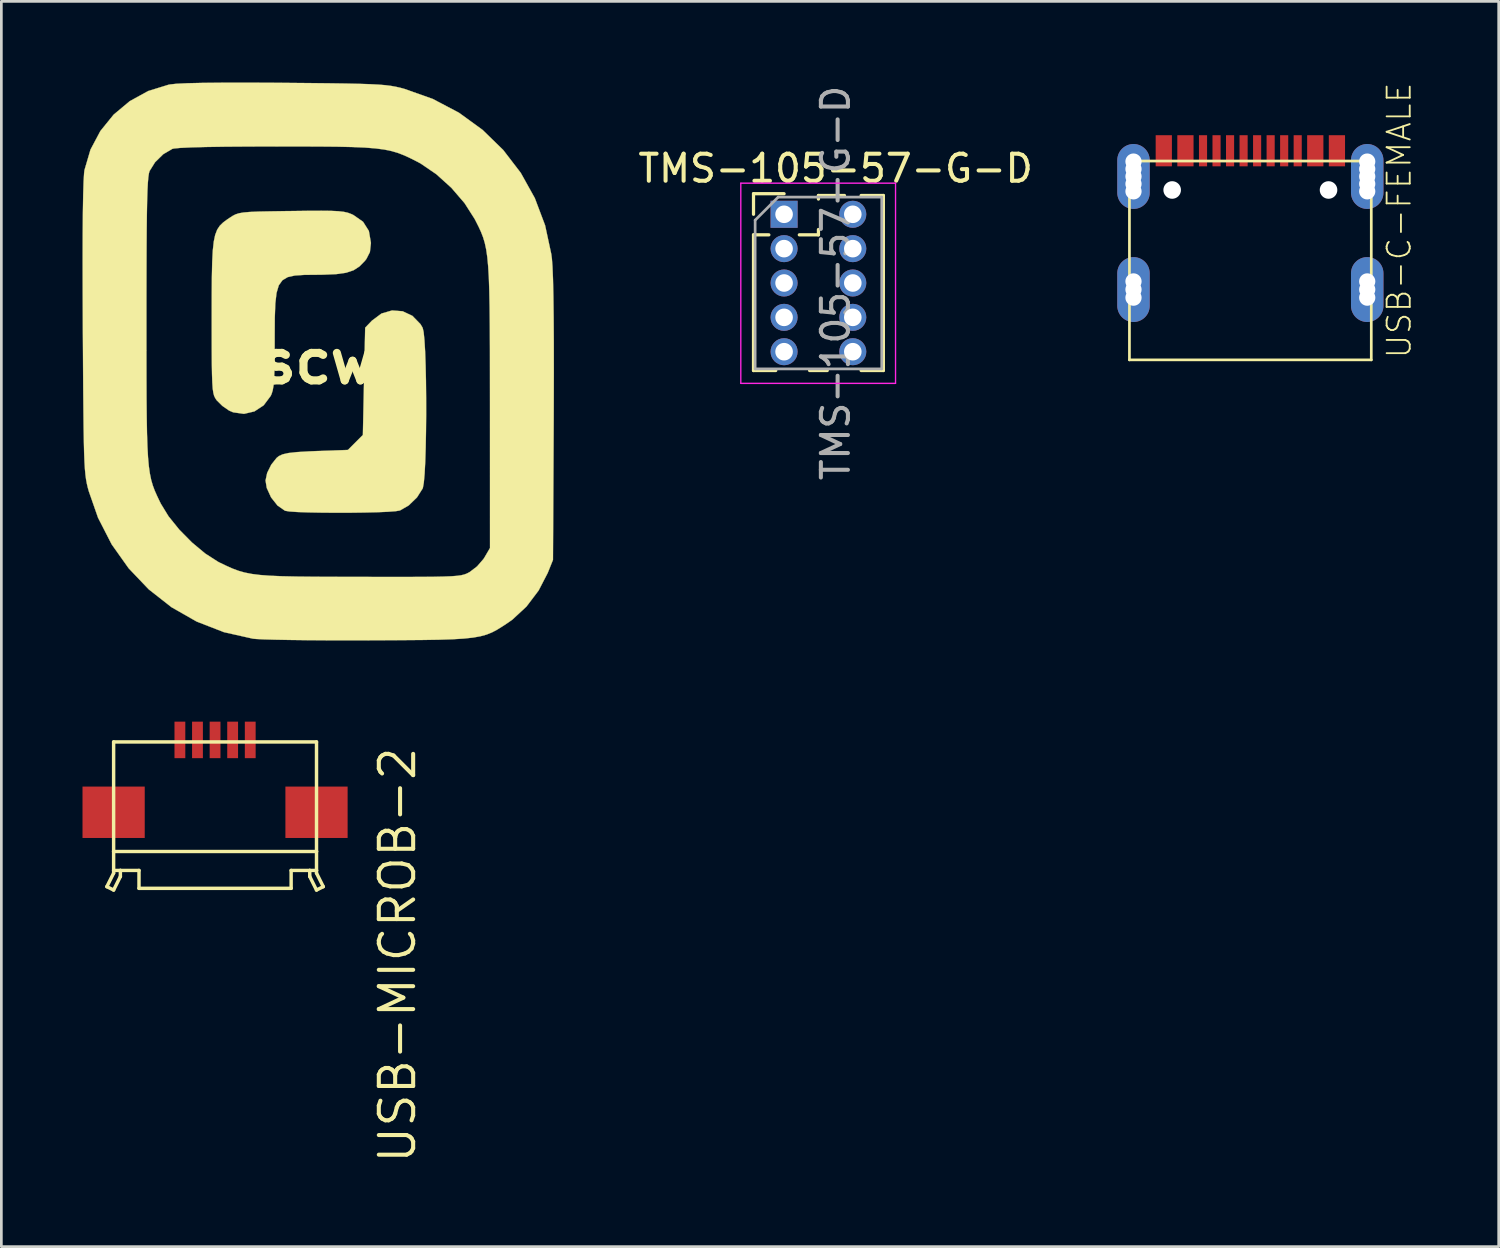
<source format=kicad_pcb>
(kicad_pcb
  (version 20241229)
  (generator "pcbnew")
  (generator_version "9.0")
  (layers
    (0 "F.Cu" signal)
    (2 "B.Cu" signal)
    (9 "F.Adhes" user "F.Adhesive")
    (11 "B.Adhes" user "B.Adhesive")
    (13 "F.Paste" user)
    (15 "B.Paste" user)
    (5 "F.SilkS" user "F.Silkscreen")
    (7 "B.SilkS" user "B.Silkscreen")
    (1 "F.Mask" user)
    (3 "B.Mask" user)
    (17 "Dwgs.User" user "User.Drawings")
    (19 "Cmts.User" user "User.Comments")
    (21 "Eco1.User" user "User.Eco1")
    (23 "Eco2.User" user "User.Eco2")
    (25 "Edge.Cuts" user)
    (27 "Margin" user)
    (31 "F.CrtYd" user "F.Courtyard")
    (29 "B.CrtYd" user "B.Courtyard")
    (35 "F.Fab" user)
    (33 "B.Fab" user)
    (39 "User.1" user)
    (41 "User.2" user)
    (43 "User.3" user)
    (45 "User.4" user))
  (footprint "TMS-105-57-G-D"
    (layer "F.Cu")
    (at 27.204 7.411)
    (property "Reference" "TMS-105-57-G-D" (at 0.635 -4.235 0) (layer "F.SilkS") (effects (font (size 1 1) (thickness 0.15))))
    (attr through_hole)
    (fp_line (start -2.4 -3.3) (end -1.27 -3.3) (stroke (width 0.12) (type solid)) (layer "F.SilkS"))
    (fp_line (start -2.4 -2.54) (end -2.4 -3.3) (stroke (width 0.12) (type solid)) (layer "F.SilkS"))
    (fp_line (start -2.4 -1.78) (end -2.4 3.235) (stroke (width 0.12) (type solid)) (layer "F.SilkS"))
    (fp_line (start -2.4 -1.78) (end -1.833 -1.78) (stroke (width 0.12) (type solid)) (layer "F.SilkS"))
    (fp_line (start -2.4 3.235) (end -1.578 3.235) (stroke (width 0.12) (type solid)) (layer "F.SilkS"))
    (fp_line (start -0.707 -1.78) (end 0 -1.78) (stroke (width 0.12) (type solid)) (layer "F.SilkS"))
    (fp_line (start -0.327 3.235) (end 0.327 3.235) (stroke (width 0.12) (type solid)) (layer "F.SilkS"))
    (fp_line (start 0 -3.235) (end 0.962 -3.235) (stroke (width 0.12) (type solid)) (layer "F.SilkS"))
    (fp_line (start 0 -3.103) (end 0 -3.235) (stroke (width 0.12) (type solid)) (layer "F.SilkS"))
    (fp_line (start 0 -1.78) (end 0 -1.977) (stroke (width 0.12) (type solid)) (layer "F.SilkS"))
    (fp_line (start 1.578 -3.235) (end 2.4 -3.235) (stroke (width 0.12) (type solid)) (layer "F.SilkS"))
    (fp_line (start 1.578 3.235) (end 2.4 3.235) (stroke (width 0.12) (type solid)) (layer "F.SilkS"))
    (fp_line (start 2.4 -3.235) (end 2.4 3.235) (stroke (width 0.12) (type solid)) (layer "F.SilkS"))
    (fp_line (start -2.87 -3.69) (end -2.87 3.71) (stroke (width 0.05) (type solid)) (layer "F.CrtYd"))
    (fp_line (start -2.87 3.71) (end 2.85 3.71) (stroke (width 0.05) (type solid)) (layer "F.CrtYd"))
    (fp_line (start 2.85 -3.69) (end -2.87 -3.69) (stroke (width 0.05) (type solid)) (layer "F.CrtYd"))
    (fp_line (start 2.85 3.71) (end 2.85 -3.69) (stroke (width 0.05) (type solid)) (layer "F.CrtYd"))
    (fp_line (start -2.34 -2.322) (end -1.488 -3.175) (stroke (width 0.1) (type solid)) (layer "F.Fab"))
    (fp_line (start -2.34 3.175) (end -2.34 -2.322) (stroke (width 0.1) (type solid)) (layer "F.Fab"))
    (fp_line (start -1.488 -3.175) (end 2.34 -3.175) (stroke (width 0.1) (type solid)) (layer "F.Fab"))
    (fp_line (start 2.34 -3.175) (end 2.34 3.175) (stroke (width 0.1) (type solid)) (layer "F.Fab"))
    (fp_line (start 2.34 3.175) (end -2.34 3.175) (stroke (width 0.1) (type solid)) (layer "F.Fab"))
    (fp_text user "${REFERENCE}" (at 0.635 0 90) (layer "F.Fab") (effects (font (size 1 1) (thickness 0.15))))
    (pad "1" thru_hole rect (at -1.27 -2.54) (size 1 1) (drill 0.65) (layers "*.Cu" "*.Mask"))
    (pad "2" thru_hole oval (at 1.27 -2.54) (size 1 1) (drill 0.65) (layers "*.Cu" "*.Mask"))
    (pad "3" thru_hole oval (at -1.27 -1.27) (size 1 1) (drill 0.65) (layers "*.Cu" "*.Mask"))
    (pad "4" thru_hole oval (at 1.27 -1.27) (size 1 1) (drill 0.65) (layers "*.Cu" "*.Mask"))
    (pad "5" thru_hole oval (at -1.27 0) (size 1 1) (drill 0.65) (layers "*.Cu" "*.Mask"))
    (pad "6" thru_hole oval (at 1.27 0) (size 1 1) (drill 0.65) (layers "*.Cu" "*.Mask"))
    (pad "7" thru_hole oval (at -1.27 1.27) (size 1 1) (drill 0.65) (layers "*.Cu" "*.Mask"))
    (pad "8" thru_hole oval (at 1.27 1.27) (size 1 1) (drill 0.65) (layers "*.Cu" "*.Mask"))
    (pad "9" thru_hole oval (at -1.27 2.54) (size 1 1) (drill 0.65) (layers "*.Cu" "*.Mask"))
    (pad "10" thru_hole oval (at 1.27 2.54) (size 1 1) (drill 0.65) (layers "*.Cu" "*.Mask")))
  (footprint "USB-MICROB-2"
    (layer "F.Cu")
    (at 4.9 26.976)
    (property "Reference" "USB-MICROB-2" (at 6 -2.5 90) (layer "F.SilkS") (effects (font (size 1.27 1.27) (thickness 0.15)) (justify right top)))
    (attr through_hole)
    (fp_line (start -4 2.75) (end -3.75 2.875) (stroke (width 0.127) (type solid)) (layer "F.SilkS"))
    (fp_line (start -3.75 -2.6) (end -3.75 1.45) (stroke (width 0.127) (type solid)) (layer "F.SilkS"))
    (fp_line (start -3.75 1.45) (end -3.75 2.15) (stroke (width 0.127) (type solid)) (layer "F.SilkS"))
    (fp_line (start -3.75 1.45) (end 3.75 1.45) (stroke (width 0.127) (type solid)) (layer "F.SilkS"))
    (fp_line (start -3.75 2.15) (end -3.5 2.15) (stroke (width 0.127) (type solid)) (layer "F.SilkS"))
    (fp_line (start -3.75 2.25) (end -4 2.75) (stroke (width 0.127) (type solid)) (layer "F.SilkS"))
    (fp_line (start -3.75 2.25) (end -3.75 2.15) (stroke (width 0.127) (type solid)) (layer "F.SilkS"))
    (fp_line (start -3.75 2.875) (end -3.5 2.375) (stroke (width 0.127) (type solid)) (layer "F.SilkS"))
    (fp_line (start -3.5 2.15) (end -2.812 2.15) (stroke (width 0.127) (type solid)) (layer "F.SilkS"))
    (fp_line (start -3.5 2.375) (end -3.5 2.15) (stroke (width 0.127) (type solid)) (layer "F.SilkS"))
    (fp_line (start -2.812 2.15) (end -2.812 2.812) (stroke (width 0.127) (type solid)) (layer "F.SilkS"))
    (fp_line (start -2.812 2.812) (end 2.812 2.812) (stroke (width 0.127) (type solid)) (layer "F.SilkS"))
    (fp_line (start 2.812 2.15) (end 3.5 2.15) (stroke (width 0.127) (type solid)) (layer "F.SilkS"))
    (fp_line (start 2.812 2.812) (end 2.812 2.15) (stroke (width 0.127) (type solid)) (layer "F.SilkS"))
    (fp_line (start 3.5 2.15) (end 3.75 2.15) (stroke (width 0.127) (type solid)) (layer "F.SilkS"))
    (fp_line (start 3.5 2.375) (end 3.5 2.15) (stroke (width 0.127) (type solid)) (layer "F.SilkS"))
    (fp_line (start 3.75 -2.6) (end -3.75 -2.6) (stroke (width 0.127) (type solid)) (layer "F.SilkS"))
    (fp_line (start 3.75 1.45) (end 3.75 -2.6) (stroke (width 0.127) (type solid)) (layer "F.SilkS"))
    (fp_line (start 3.75 2.15) (end 3.75 1.45) (stroke (width 0.127) (type solid)) (layer "F.SilkS"))
    (fp_line (start 3.75 2.25) (end 3.75 2.15) (stroke (width 0.127) (type solid)) (layer "F.SilkS"))
    (fp_line (start 3.75 2.25) (end 4 2.75) (stroke (width 0.127) (type solid)) (layer "F.SilkS"))
    (fp_line (start 3.75 2.875) (end 3.5 2.375) (stroke (width 0.127) (type solid)) (layer "F.SilkS"))
    (fp_line (start 4 2.75) (end 3.75 2.875) (stroke (width 0.127) (type solid)) (layer "F.SilkS"))
    (pad "DM" smd rect (at -0.65 -2.675) (size 0.4 1.35) (layers "F.Cu" "F.Mask" "F.Paste"))
    (pad "DP" smd rect (at 0 -2.675) (size 0.4 1.35) (layers "F.Cu" "F.Mask" "F.Paste"))
    (pad "GND" smd rect (at 1.3 -2.675) (size 0.4 1.35) (layers "F.Cu" "F.Mask" "F.Paste"))
    (pad "GND@1" smd rect (at -3.75 0) (size 2.3 1.9) (layers "F.Cu" "F.Mask" "F.Paste"))
    (pad "GND@4" smd rect (at 3.75 0) (size 2.3 1.9) (layers "F.Cu" "F.Mask" "F.Paste"))
    (pad "ID" smd rect (at 0.65 -2.675) (size 0.4 1.35) (layers "F.Cu" "F.Mask" "F.Paste"))
    (pad "VBUS" smd rect (at -1.3 -2.675) (size 0.4 1.35) (layers "F.Cu" "F.Mask" "F.Paste")))
  (footprint "scw"
    (layer "F.Cu")
    (at 8.713 10.322)
    (property "Reference" "scw" (at 0 0 0) (layer "F.SilkS") (effects (font (size 1.524 1.524) (thickness 0.3))))
    (attr through_hole)
    (fp_poly (pts (xy 3.122 -1.866) (xy 3.483 -1.696) (xy 3.779 -1.392) (xy 3.861 -1.253) (xy 3.897 -1.097) (xy 3.927 -0.798) (xy 3.952 -0.38) (xy 3.97 0.13) (xy 3.983 0.707) (xy 3.989 1.326) (xy 3.99 1.96) (xy 3.984 2.585) (xy 3.973 3.174) (xy 3.956 3.702) (xy 3.933 4.144) (xy 3.903 4.474) (xy 3.868 4.666) (xy 3.863 4.681) (xy 3.651 5.015) (xy 3.345 5.311) (xy 3.021 5.498) (xy 2.866 5.524) (xy 2.573 5.546) (xy 2.173 5.563) (xy 1.697 5.574) (xy 1.175 5.581) (xy 0.637 5.582) (xy 0.113 5.578) (xy -0.365 5.569) (xy -0.767 5.555) (xy -1.063 5.535) (xy -1.222 5.509) (xy -1.228 5.507) (xy -1.505 5.315) (xy -1.743 5.014) (xy -1.903 4.664) (xy -1.947 4.389) (xy -1.887 4.109) (xy -1.736 3.805) (xy -1.538 3.555) (xy -1.452 3.486) (xy -1.315 3.423) (xy -1.104 3.375) (xy -0.792 3.34) (xy -0.353 3.314) (xy -0.069 3.302) (xy 1.098 3.26) (xy 1.651 2.706) (xy 1.693 0.724) (xy 1.736 -1.259) (xy 1.986 -1.52) (xy 2.34 -1.783) (xy 2.73 -1.896) (xy 3.122 -1.866)) (stroke (width 0.01) (type solid)) (fill yes) (layer "F.SilkS"))
    (fp_poly (pts (xy 0.48 -5.577) (xy 0.747 -5.564) (xy 0.943 -5.542) (xy 1.092 -5.509) (xy 1.219 -5.462) (xy 1.299 -5.425) (xy 1.657 -5.175) (xy 1.872 -4.836) (xy 1.947 -4.403) (xy 1.947 -4.375) (xy 1.911 -4.055) (xy 1.779 -3.797) (xy 1.718 -3.72) (xy 1.523 -3.522) (xy 1.305 -3.381) (xy 1.031 -3.29) (xy 0.668 -3.239) (xy 0.183 -3.218) (xy -0.061 -3.215) (xy -0.51 -3.211) (xy -0.862 -3.188) (xy -1.13 -3.128) (xy -1.324 -3.012) (xy -1.458 -2.823) (xy -1.541 -2.542) (xy -1.586 -2.15) (xy -1.605 -1.63) (xy -1.609 -0.963) (xy -1.609 -0.789) (xy -1.611 -0.179) (xy -1.617 0.286) (xy -1.63 0.631) (xy -1.652 0.882) (xy -1.683 1.062) (xy -1.726 1.198) (xy -1.757 1.264) (xy -2.016 1.61) (xy -2.357 1.835) (xy -2.744 1.926) (xy -3.142 1.87) (xy -3.296 1.804) (xy -3.543 1.633) (xy -3.751 1.427) (xy -3.762 1.412) (xy -3.809 1.341) (xy -3.848 1.259) (xy -3.877 1.148) (xy -3.9 0.99) (xy -3.915 0.765) (xy -3.926 0.456) (xy -3.933 0.044) (xy -3.936 -0.489) (xy -3.937 -1.162) (xy -3.937 -1.636) (xy -3.936 -2.464) (xy -3.931 -3.14) (xy -3.919 -3.683) (xy -3.897 -4.11) (xy -3.861 -4.441) (xy -3.808 -4.691) (xy -3.735 -4.881) (xy -3.639 -5.027) (xy -3.516 -5.147) (xy -3.363 -5.261) (xy -3.274 -5.32) (xy -3.162 -5.393) (xy -3.055 -5.448) (xy -2.93 -5.488) (xy -2.763 -5.517) (xy -2.529 -5.537) (xy -2.205 -5.551) (xy -1.766 -5.56) (xy -1.189 -5.569) (xy -0.995 -5.571) (xy -0.367 -5.579) (xy 0.117 -5.581) (xy 0.48 -5.577)) (stroke (width 0.01) (type solid)) (fill yes) (layer "F.SilkS"))
    (fp_poly (pts (xy -1.713 -10.313) (xy -1.239 -10.309) (xy -0.339 -10.301) (xy 0.408 -10.293) (xy 1.022 -10.284) (xy 1.519 -10.273) (xy 1.917 -10.26) (xy 2.233 -10.244) (xy 2.486 -10.223) (xy 2.692 -10.197) (xy 2.87 -10.165) (xy 3.037 -10.127) (xy 3.175 -10.09) (xy 4.231 -9.716) (xy 5.201 -9.206) (xy 6.074 -8.572) (xy 6.84 -7.826) (xy 7.488 -6.981) (xy 8.007 -6.049) (xy 8.387 -5.042) (xy 8.617 -3.973) (xy 8.638 -3.81) (xy 8.66 -3.513) (xy 8.679 -3.05) (xy 8.693 -2.425) (xy 8.703 -1.642) (xy 8.709 -0.704) (xy 8.71 0.386) (xy 8.707 1.623) (xy 8.705 2.159) (xy 8.678 7.324) (xy 8.483 7.808) (xy 8.146 8.458) (xy 7.699 9.048) (xy 7.179 9.531) (xy 7.029 9.637) (xy 6.81 9.782) (xy 6.614 9.904) (xy 6.424 10.004) (xy 6.224 10.085) (xy 5.995 10.148) (xy 5.721 10.197) (xy 5.386 10.233) (xy 4.972 10.258) (xy 4.461 10.275) (xy 3.838 10.285) (xy 3.085 10.291) (xy 2.186 10.296) (xy 1.863 10.297) (xy 1.059 10.299) (xy 0.291 10.297) (xy -0.421 10.292) (xy -1.057 10.284) (xy -1.598 10.274) (xy -2.022 10.262) (xy -2.31 10.247) (xy -2.413 10.237) (xy -3.486 9.996) (xy -4.494 9.604) (xy -5.425 9.073) (xy -6.266 8.413) (xy -7.007 7.635) (xy -7.635 6.75) (xy -8.138 5.769) (xy -8.482 4.784) (xy -8.521 4.642) (xy -8.553 4.504) (xy -8.581 4.354) (xy -8.604 4.181) (xy -8.624 3.968) (xy -8.64 3.703) (xy -8.653 3.372) (xy -8.663 2.961) (xy -8.672 2.455) (xy -8.679 1.841) (xy -8.686 1.105) (xy -8.692 0.234) (xy -8.698 -0.788) (xy -8.701 -1.244) (xy -8.702 -1.545) (xy -6.35 -1.545) (xy -6.35 -0.424) (xy -6.349 0.54) (xy -6.346 1.364) (xy -6.339 2.061) (xy -6.329 2.645) (xy -6.313 3.131) (xy -6.291 3.532) (xy -6.261 3.863) (xy -6.222 4.137) (xy -6.174 4.37) (xy -6.114 4.575) (xy -6.043 4.766) (xy -5.958 4.957) (xy -5.86 5.163) (xy -5.819 5.246) (xy -5.533 5.714) (xy -5.135 6.207) (xy -4.668 6.68) (xy -4.176 7.09) (xy -3.7 7.396) (xy -3.635 7.429) (xy -3.388 7.547) (xy -3.166 7.646) (xy -2.949 7.727) (xy -2.72 7.792) (xy -2.462 7.843) (xy -2.156 7.882) (xy -1.786 7.91) (xy -1.333 7.929) (xy -0.78 7.941) (xy -0.108 7.948) (xy 0.699 7.951) (xy 1.555 7.953) (xy 2.444 7.954) (xy 3.181 7.954) (xy 3.78 7.953) (xy 4.258 7.949) (xy 4.631 7.941) (xy 4.916 7.93) (xy 5.128 7.914) (xy 5.283 7.893) (xy 5.398 7.865) (xy 5.489 7.831) (xy 5.571 7.789) (xy 5.606 7.769) (xy 5.874 7.563) (xy 6.108 7.293) (xy 6.147 7.232) (xy 6.35 6.885) (xy 6.349 1.644) (xy 6.348 0.509) (xy 6.347 -0.471) (xy 6.343 -1.309) (xy 6.336 -2.02) (xy 6.324 -2.617) (xy 6.307 -3.115) (xy 6.282 -3.527) (xy 6.25 -3.868) (xy 6.209 -4.152) (xy 6.157 -4.392) (xy 6.094 -4.602) (xy 6.018 -4.798) (xy 5.929 -4.991) (xy 5.825 -5.197) (xy 5.78 -5.283) (xy 5.409 -5.864) (xy 4.922 -6.43) (xy 4.365 -6.933) (xy 3.787 -7.327) (xy 3.683 -7.383) (xy 3.424 -7.515) (xy 3.188 -7.625) (xy 2.958 -7.715) (xy 2.715 -7.787) (xy 2.441 -7.844) (xy 2.119 -7.886) (xy 1.731 -7.917) (xy 1.258 -7.937) (xy 0.683 -7.95) (xy -0.012 -7.956) (xy -0.846 -7.958) (xy -1.552 -7.959) (xy -2.56 -7.956) (xy -3.424 -7.95) (xy -4.137 -7.939) (xy -4.696 -7.924) (xy -5.097 -7.905) (xy -5.335 -7.882) (xy -5.392 -7.869) (xy -5.727 -7.673) (xy -6.031 -7.375) (xy -6.233 -7.051) (xy -6.258 -6.966) (xy -6.279 -6.826) (xy -6.297 -6.621) (xy -6.312 -6.337) (xy -6.324 -5.964) (xy -6.333 -5.488) (xy -6.34 -4.9) (xy -6.345 -4.185) (xy -6.348 -3.334) (xy -6.35 -2.333) (xy -6.35 -1.545) (xy -8.702 -1.545) (xy -8.706 -2.562) (xy -8.708 -3.715) (xy -8.706 -4.701) (xy -8.699 -5.52) (xy -8.688 -6.172) (xy -8.673 -6.657) (xy -8.654 -6.973) (xy -8.641 -7.083) (xy -8.418 -7.841) (xy -8.052 -8.53) (xy -7.563 -9.134) (xy -6.968 -9.632) (xy -6.286 -10.007) (xy -5.535 -10.239) (xy -5.472 -10.251) (xy -5.238 -10.276) (xy -4.84 -10.295) (xy -4.283 -10.308) (xy -3.573 -10.315) (xy -2.714 -10.317) (xy -1.713 -10.313)) (stroke (width 0.01) (type solid)) (fill yes) (layer "F.SilkS")))
  (footprint "USB-C-FEMALE"
    (layer "F.Cu")
    (at 43.17 10.253)
    (property "Reference" "USB-C-FEMALE" (at 6 0 90) (layer "F.SilkS") (effects (font (size 0.855 0.855) (thickness 0.068)) (justify left bottom)))
    (attr through_hole)
    (fp_line (start -4.47 -7.35) (end -4.47 0) (stroke (width 0.1) (type solid)) (layer "F.SilkS"))
    (fp_line (start -4.47 0) (end 4.47 0) (stroke (width 0.1) (type solid)) (layer "F.SilkS"))
    (fp_line (start 4.47 -7.35) (end -4.47 -7.35) (stroke (width 0.1) (type solid)) (layer "F.SilkS"))
    (fp_line (start 4.47 0) (end 4.47 -7.35) (stroke (width 0.1) (type solid)) (layer "F.SilkS"))
    (pad "" np_thru_hole circle (at -4.32 -7.33) (size 0.6 0.6) (drill 0.6) (layers "*.Cu" "*.Mask"))
    (pad "" np_thru_hole circle (at -4.32 -7.055) (size 0.6 0.6) (drill 0.6) (layers "*.Cu" "*.Mask"))
    (pad "" np_thru_hole circle (at -4.32 -6.505) (size 0.6 0.6) (drill 0.6) (layers "*.Cu" "*.Mask"))
    (pad "" np_thru_hole circle (at -4.32 -6.23) (size 0.6 0.6) (drill 0.6) (layers "*.Cu" "*.Mask"))
    (pad "" np_thru_hole circle (at -4.32 -2.9) (size 0.6 0.6) (drill 0.6) (layers "*.Cu" "*.Mask"))
    (pad "" np_thru_hole circle (at -4.32 -2.3) (size 0.6 0.6) (drill 0.6) (layers "*.Cu" "*.Mask"))
    (pad "" np_thru_hole circle (at -2.89 -6.28) (size 0.65 0.65) (drill 0.65) (layers "*.Cu" "*.Mask"))
    (pad "" np_thru_hole circle (at 2.89 -6.28) (size 0.65 0.65) (drill 0.65) (layers "*.Cu" "*.Mask"))
    (pad "" np_thru_hole circle (at 4.32 -7.33) (size 0.6 0.6) (drill 0.6) (layers "*.Cu" "*.Mask"))
    (pad "" np_thru_hole circle (at 4.32 -7.055) (size 0.6 0.6) (drill 0.6) (layers "*.Cu" "*.Mask"))
    (pad "" np_thru_hole circle (at 4.32 -6.505) (size 0.6 0.6) (drill 0.6) (layers "*.Cu" "*.Mask"))
    (pad "" np_thru_hole circle (at 4.32 -6.23) (size 0.6 0.6) (drill 0.6) (layers "*.Cu" "*.Mask"))
    (pad "" np_thru_hole circle (at 4.32 -2.9) (size 0.6 0.6) (drill 0.6) (layers "*.Cu" "*.Mask"))
    (pad "" np_thru_hole circle (at 4.32 -2.3) (size 0.6 0.6) (drill 0.6) (layers "*.Cu" "*.Mask"))
    (pad "A1" smd rect (at -3.2 -7.73) (size 0.6 1.15) (layers "F.Cu" "F.Mask" "F.Paste"))
    (pad "A4" smd rect (at -2.4 -7.73) (size 0.6 1.15) (layers "F.Cu" "F.Mask" "F.Paste"))
    (pad "A5" smd rect (at -1.25 -7.73) (size 0.3 1.15) (layers "F.Cu" "F.Mask" "F.Paste"))
    (pad "A6" smd rect (at -0.25 -7.73) (size 0.3 1.15) (layers "F.Cu" "F.Mask" "F.Paste"))
    (pad "A7" smd rect (at 0.25 -7.73) (size 0.3 1.15) (layers "F.Cu" "F.Mask" "F.Paste"))
    (pad "A8" smd rect (at 1.25 -7.73) (size 0.3 1.15) (layers "F.Cu" "F.Mask" "F.Paste"))
    (pad "A9" smd rect (at 2.4 -7.73) (size 0.6 1.15) (layers "F.Cu" "F.Mask" "F.Paste"))
    (pad "A12" smd rect (at 3.2 -7.73) (size 0.6 1.15) (layers "F.Cu" "F.Mask" "F.Paste"))
    (pad "B5" smd rect (at 1.75 -7.73) (size 0.3 1.15) (layers "F.Cu" "F.Mask" "F.Paste"))
    (pad "B6" smd rect (at 0.75 -7.73) (size 0.3 1.15) (layers "F.Cu" "F.Mask" "F.Paste"))
    (pad "B7" smd rect (at -0.75 -7.73) (size 0.3 1.15) (layers "F.Cu" "F.Mask" "F.Paste"))
    (pad "B8" smd rect (at -1.75 -7.73) (size 0.3 1.15) (layers "F.Cu" "F.Mask" "F.Paste"))
    (pad "S1" thru_hole oval (at 4.32 -6.78 90) (size 2.4 1.2) (drill 0.6) (layers "*.Cu" "*.Mask"))
    (pad "S2" thru_hole oval (at -4.32 -6.78 90) (size 2.4 1.2) (drill 0.6) (layers "*.Cu" "*.Mask"))
    (pad "S3" thru_hole oval (at -4.32 -2.6 90) (size 2.4 1.2) (drill 0.6) (layers "*.Cu" "*.Mask"))
    (pad "S4" thru_hole oval (at 4.32 -2.6 90) (size 2.4 1.2) (drill 0.6) (layers "*.Cu" "*.Mask")))
  (gr_rect
    (start -3 -3)
    (end 52.35 43.033)
    (stroke (width 0.1) (type default))
    (fill no)
    (layer "Edge.Cuts")))
</source>
